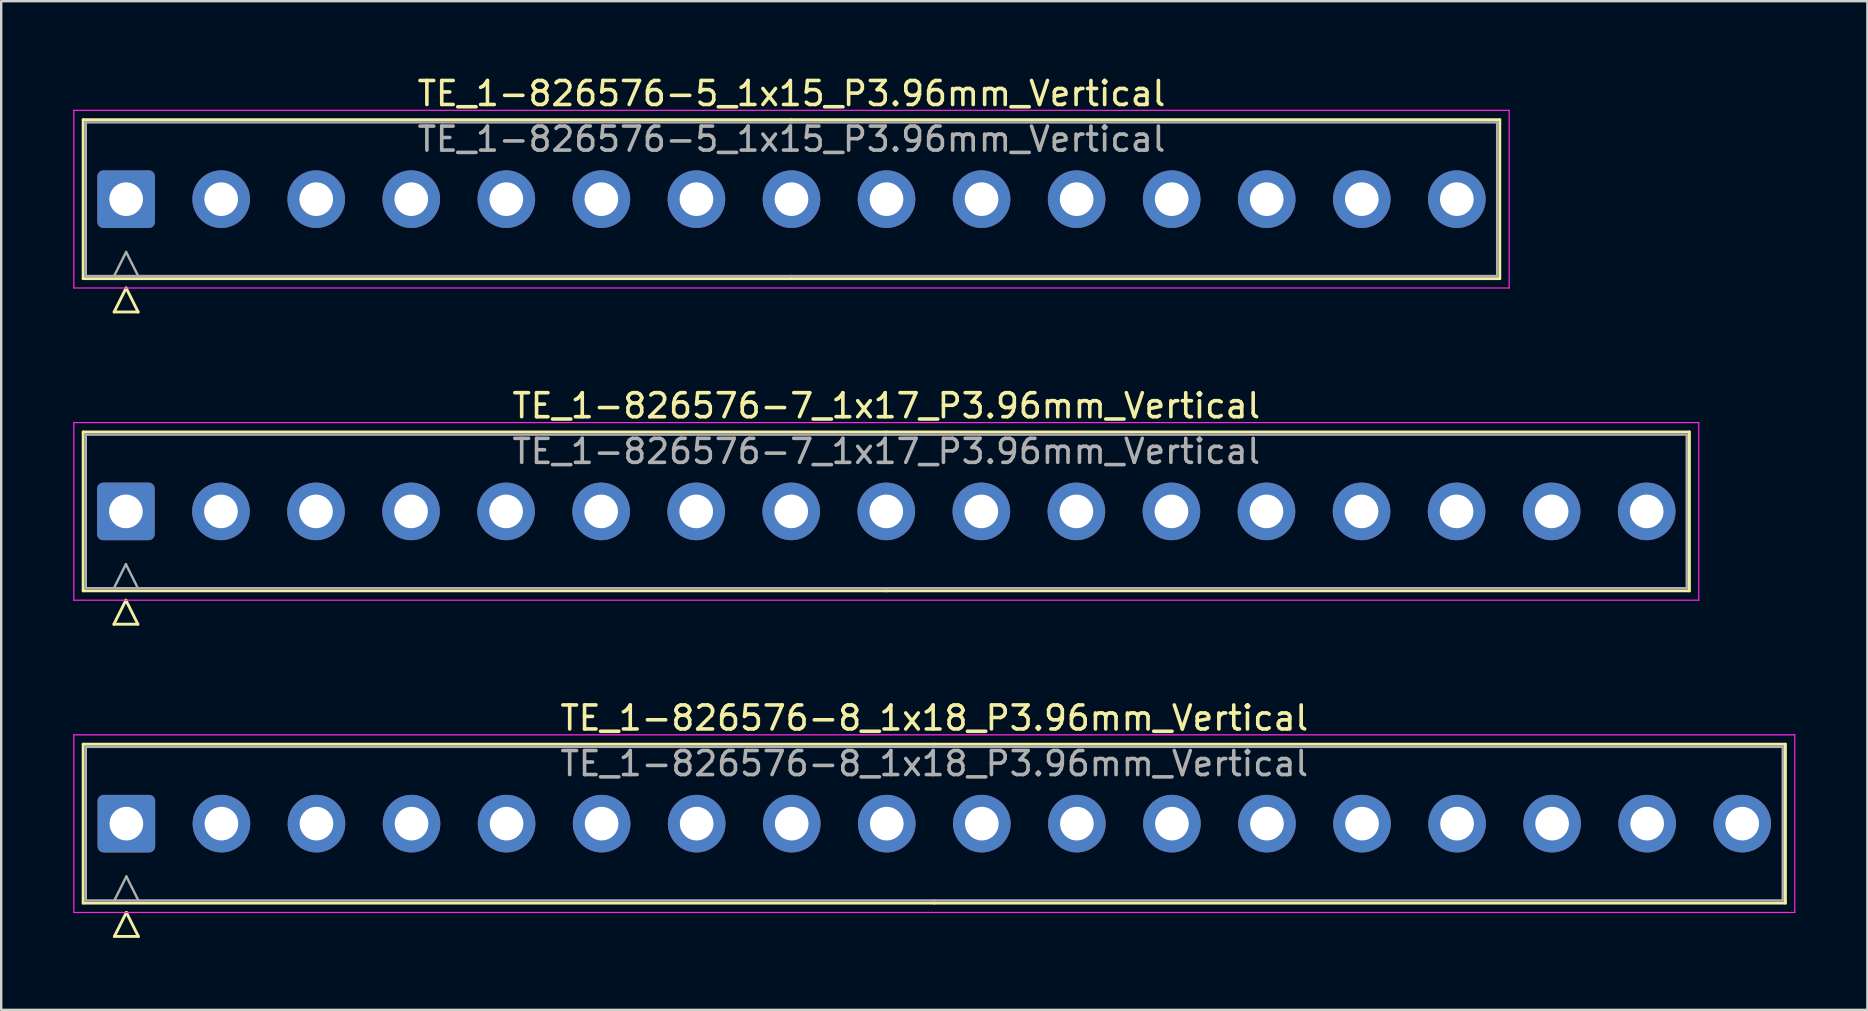
<source format=kicad_pcb>
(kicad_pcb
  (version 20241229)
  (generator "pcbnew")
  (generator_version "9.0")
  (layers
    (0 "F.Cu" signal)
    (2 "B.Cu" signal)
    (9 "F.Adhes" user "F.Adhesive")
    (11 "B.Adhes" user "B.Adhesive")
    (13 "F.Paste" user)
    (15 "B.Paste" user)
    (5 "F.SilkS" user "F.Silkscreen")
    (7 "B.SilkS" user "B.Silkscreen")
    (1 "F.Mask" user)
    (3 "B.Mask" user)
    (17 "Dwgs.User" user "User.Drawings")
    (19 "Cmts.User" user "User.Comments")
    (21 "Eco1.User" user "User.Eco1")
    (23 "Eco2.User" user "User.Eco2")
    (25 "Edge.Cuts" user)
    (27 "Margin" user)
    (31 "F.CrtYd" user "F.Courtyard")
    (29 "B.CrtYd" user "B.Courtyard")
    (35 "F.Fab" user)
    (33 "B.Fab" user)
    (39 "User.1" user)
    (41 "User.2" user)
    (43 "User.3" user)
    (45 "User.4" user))
  (footprint "TE_1-826576-5_1x15_P3.96mm_Vertical"
    (layer "F.Cu")
    (at 2.205 5.248)
    (property "Reference" "TE_1-826576-5_1x15_P3.96mm_Vertical" (at 27.72 -4.4 0) (layer "F.SilkS") (effects (font (size 1 1) (thickness 0.15))))
    (attr through_hole)
    (fp_line (start -1.79 -3.31) (end -1.79 3.31) (stroke (width 0.12) (type solid)) (layer "F.SilkS"))
    (fp_line (start -1.79 3.31) (end 27.72 3.31) (stroke (width 0.12) (type solid)) (layer "F.SilkS"))
    (fp_line (start -0.5 4.7) (end 0 3.7) (stroke (width 0.12) (type solid)) (layer "F.SilkS"))
    (fp_line (start 0 3.7) (end 0.5 4.7) (stroke (width 0.12) (type solid)) (layer "F.SilkS"))
    (fp_line (start 0.5 4.7) (end -0.5 4.7) (stroke (width 0.12) (type solid)) (layer "F.SilkS"))
    (fp_line (start 27.72 -3.31) (end -1.79 -3.31) (stroke (width 0.12) (type solid)) (layer "F.SilkS"))
    (fp_line (start 27.72 -3.31) (end 57.23 -3.31) (stroke (width 0.12) (type solid)) (layer "F.SilkS"))
    (fp_line (start 57.23 -3.31) (end 57.23 3.31) (stroke (width 0.12) (type solid)) (layer "F.SilkS"))
    (fp_line (start 57.23 3.31) (end 27.72 3.31) (stroke (width 0.12) (type solid)) (layer "F.SilkS"))
    (fp_line (start -2.18 -3.7) (end -2.18 3.7) (stroke (width 0.05) (type solid)) (layer "F.CrtYd"))
    (fp_line (start -2.18 3.7) (end 57.62 3.7) (stroke (width 0.05) (type solid)) (layer "F.CrtYd"))
    (fp_line (start 57.62 -3.7) (end -2.18 -3.7) (stroke (width 0.05) (type solid)) (layer "F.CrtYd"))
    (fp_line (start 57.62 3.7) (end 57.62 -3.7) (stroke (width 0.05) (type solid)) (layer "F.CrtYd"))
    (fp_line (start -1.68 -3.2) (end -1.68 3.2) (stroke (width 0.1) (type solid)) (layer "F.Fab"))
    (fp_line (start -1.68 3.2) (end 27.72 3.2) (stroke (width 0.1) (type solid)) (layer "F.Fab"))
    (fp_line (start -0.5 3.2) (end 0 2.2) (stroke (width 0.1) (type solid)) (layer "F.Fab"))
    (fp_line (start 0 2.2) (end 0.5 3.2) (stroke (width 0.1) (type solid)) (layer "F.Fab"))
    (fp_line (start 27.72 -3.2) (end -1.68 -3.2) (stroke (width 0.1) (type solid)) (layer "F.Fab"))
    (fp_line (start 27.72 -3.2) (end 57.12 -3.2) (stroke (width 0.1) (type solid)) (layer "F.Fab"))
    (fp_line (start 57.12 -3.2) (end 57.12 3.2) (stroke (width 0.1) (type solid)) (layer "F.Fab"))
    (fp_line (start 57.12 3.2) (end 27.72 3.2) (stroke (width 0.1) (type solid)) (layer "F.Fab"))
    (fp_text user "${REFERENCE}" (at 27.72 -2.5 0) (layer "F.Fab") (effects (font (size 1 1) (thickness 0.15))))
    (pad "1" thru_hole roundrect (at 0 0) (size 2.4 2.4) (drill 1.4) (layers "*.Cu" "*.Mask") (roundrect_rratio 0.104))
    (pad "2" thru_hole circle (at 3.96 0) (size 2.4 2.4) (drill 1.4) (layers "*.Cu" "*.Mask"))
    (pad "3" thru_hole circle (at 7.92 0) (size 2.4 2.4) (drill 1.4) (layers "*.Cu" "*.Mask"))
    (pad "4" thru_hole circle (at 11.88 0) (size 2.4 2.4) (drill 1.4) (layers "*.Cu" "*.Mask"))
    (pad "5" thru_hole circle (at 15.84 0) (size 2.4 2.4) (drill 1.4) (layers "*.Cu" "*.Mask"))
    (pad "6" thru_hole circle (at 19.8 0) (size 2.4 2.4) (drill 1.4) (layers "*.Cu" "*.Mask"))
    (pad "7" thru_hole circle (at 23.76 0) (size 2.4 2.4) (drill 1.4) (layers "*.Cu" "*.Mask"))
    (pad "8" thru_hole circle (at 27.72 0) (size 2.4 2.4) (drill 1.4) (layers "*.Cu" "*.Mask"))
    (pad "9" thru_hole circle (at 31.68 0) (size 2.4 2.4) (drill 1.4) (layers "*.Cu" "*.Mask"))
    (pad "10" thru_hole circle (at 35.64 0) (size 2.4 2.4) (drill 1.4) (layers "*.Cu" "*.Mask"))
    (pad "11" thru_hole circle (at 39.6 0) (size 2.4 2.4) (drill 1.4) (layers "*.Cu" "*.Mask"))
    (pad "12" thru_hole circle (at 43.56 0) (size 2.4 2.4) (drill 1.4) (layers "*.Cu" "*.Mask"))
    (pad "13" thru_hole circle (at 47.52 0) (size 2.4 2.4) (drill 1.4) (layers "*.Cu" "*.Mask"))
    (pad "14" thru_hole circle (at 51.48 0) (size 2.4 2.4) (drill 1.4) (layers "*.Cu" "*.Mask"))
    (pad "15" thru_hole circle (at 55.44 0) (size 2.4 2.4) (drill 1.4) (layers "*.Cu" "*.Mask")))
  (footprint "TE_1-826576-7_1x17_P3.96mm_Vertical"
    (layer "F.Cu")
    (at 2.195 18.256)
    (property "Reference" "TE_1-826576-7_1x17_P3.96mm_Vertical" (at 31.68 -4.4 0) (layer "F.SilkS") (effects (font (size 1 1) (thickness 0.15))))
    (attr through_hole)
    (fp_line (start -1.78 -3.31) (end -1.78 3.31) (stroke (width 0.12) (type solid)) (layer "F.SilkS"))
    (fp_line (start -1.78 3.31) (end 31.68 3.31) (stroke (width 0.12) (type solid)) (layer "F.SilkS"))
    (fp_line (start -0.5 4.7) (end 0 3.7) (stroke (width 0.12) (type solid)) (layer "F.SilkS"))
    (fp_line (start 0 3.7) (end 0.5 4.7) (stroke (width 0.12) (type solid)) (layer "F.SilkS"))
    (fp_line (start 0.5 4.7) (end -0.5 4.7) (stroke (width 0.12) (type solid)) (layer "F.SilkS"))
    (fp_line (start 31.68 -3.31) (end -1.78 -3.31) (stroke (width 0.12) (type solid)) (layer "F.SilkS"))
    (fp_line (start 31.68 -3.31) (end 65.14 -3.31) (stroke (width 0.12) (type solid)) (layer "F.SilkS"))
    (fp_line (start 65.14 -3.31) (end 65.14 3.31) (stroke (width 0.12) (type solid)) (layer "F.SilkS"))
    (fp_line (start 65.14 3.31) (end 31.68 3.31) (stroke (width 0.12) (type solid)) (layer "F.SilkS"))
    (fp_line (start -2.17 -3.7) (end -2.17 3.7) (stroke (width 0.05) (type solid)) (layer "F.CrtYd"))
    (fp_line (start -2.17 3.7) (end 65.53 3.7) (stroke (width 0.05) (type solid)) (layer "F.CrtYd"))
    (fp_line (start 65.53 -3.7) (end -2.17 -3.7) (stroke (width 0.05) (type solid)) (layer "F.CrtYd"))
    (fp_line (start 65.53 3.7) (end 65.53 -3.7) (stroke (width 0.05) (type solid)) (layer "F.CrtYd"))
    (fp_line (start -1.67 -3.2) (end -1.67 3.2) (stroke (width 0.1) (type solid)) (layer "F.Fab"))
    (fp_line (start -1.67 3.2) (end 31.68 3.2) (stroke (width 0.1) (type solid)) (layer "F.Fab"))
    (fp_line (start -0.5 3.2) (end 0 2.2) (stroke (width 0.1) (type solid)) (layer "F.Fab"))
    (fp_line (start 0 2.2) (end 0.5 3.2) (stroke (width 0.1) (type solid)) (layer "F.Fab"))
    (fp_line (start 31.68 -3.2) (end -1.67 -3.2) (stroke (width 0.1) (type solid)) (layer "F.Fab"))
    (fp_line (start 31.68 -3.2) (end 65.03 -3.2) (stroke (width 0.1) (type solid)) (layer "F.Fab"))
    (fp_line (start 65.03 -3.2) (end 65.03 3.2) (stroke (width 0.1) (type solid)) (layer "F.Fab"))
    (fp_line (start 65.03 3.2) (end 31.68 3.2) (stroke (width 0.1) (type solid)) (layer "F.Fab"))
    (fp_text user "${REFERENCE}" (at 31.68 -2.5 0) (layer "F.Fab") (effects (font (size 1 1) (thickness 0.15))))
    (pad "1" thru_hole roundrect (at 0 0) (size 2.4 2.4) (drill 1.4) (layers "*.Cu" "*.Mask") (roundrect_rratio 0.104))
    (pad "2" thru_hole circle (at 3.96 0) (size 2.4 2.4) (drill 1.4) (layers "*.Cu" "*.Mask"))
    (pad "3" thru_hole circle (at 7.92 0) (size 2.4 2.4) (drill 1.4) (layers "*.Cu" "*.Mask"))
    (pad "4" thru_hole circle (at 11.88 0) (size 2.4 2.4) (drill 1.4) (layers "*.Cu" "*.Mask"))
    (pad "5" thru_hole circle (at 15.84 0) (size 2.4 2.4) (drill 1.4) (layers "*.Cu" "*.Mask"))
    (pad "6" thru_hole circle (at 19.8 0) (size 2.4 2.4) (drill 1.4) (layers "*.Cu" "*.Mask"))
    (pad "7" thru_hole circle (at 23.76 0) (size 2.4 2.4) (drill 1.4) (layers "*.Cu" "*.Mask"))
    (pad "8" thru_hole circle (at 27.72 0) (size 2.4 2.4) (drill 1.4) (layers "*.Cu" "*.Mask"))
    (pad "9" thru_hole circle (at 31.68 0) (size 2.4 2.4) (drill 1.4) (layers "*.Cu" "*.Mask"))
    (pad "10" thru_hole circle (at 35.64 0) (size 2.4 2.4) (drill 1.4) (layers "*.Cu" "*.Mask"))
    (pad "11" thru_hole circle (at 39.6 0) (size 2.4 2.4) (drill 1.4) (layers "*.Cu" "*.Mask"))
    (pad "12" thru_hole circle (at 43.56 0) (size 2.4 2.4) (drill 1.4) (layers "*.Cu" "*.Mask"))
    (pad "13" thru_hole circle (at 47.52 0) (size 2.4 2.4) (drill 1.4) (layers "*.Cu" "*.Mask"))
    (pad "14" thru_hole circle (at 51.48 0) (size 2.4 2.4) (drill 1.4) (layers "*.Cu" "*.Mask"))
    (pad "15" thru_hole circle (at 55.44 0) (size 2.4 2.4) (drill 1.4) (layers "*.Cu" "*.Mask"))
    (pad "16" thru_hole circle (at 59.4 0) (size 2.4 2.4) (drill 1.4) (layers "*.Cu" "*.Mask"))
    (pad "17" thru_hole circle (at 63.36 0) (size 2.4 2.4) (drill 1.4) (layers "*.Cu" "*.Mask")))
  (footprint "TE_1-826576-8_1x18_P3.96mm_Vertical"
    (layer "F.Cu")
    (at 2.215 31.265)
    (property "Reference" "TE_1-826576-8_1x18_P3.96mm_Vertical" (at 33.66 -4.4 0) (layer "F.SilkS") (effects (font (size 1 1) (thickness 0.15))))
    (attr through_hole)
    (fp_line (start -1.8 -3.31) (end -1.8 3.31) (stroke (width 0.12) (type solid)) (layer "F.SilkS"))
    (fp_line (start -1.8 3.31) (end 33.66 3.31) (stroke (width 0.12) (type solid)) (layer "F.SilkS"))
    (fp_line (start -0.5 4.7) (end 0 3.7) (stroke (width 0.12) (type solid)) (layer "F.SilkS"))
    (fp_line (start 0 3.7) (end 0.5 4.7) (stroke (width 0.12) (type solid)) (layer "F.SilkS"))
    (fp_line (start 0.5 4.7) (end -0.5 4.7) (stroke (width 0.12) (type solid)) (layer "F.SilkS"))
    (fp_line (start 33.66 -3.31) (end -1.8 -3.31) (stroke (width 0.12) (type solid)) (layer "F.SilkS"))
    (fp_line (start 33.66 -3.31) (end 69.12 -3.31) (stroke (width 0.12) (type solid)) (layer "F.SilkS"))
    (fp_line (start 69.12 -3.31) (end 69.12 3.31) (stroke (width 0.12) (type solid)) (layer "F.SilkS"))
    (fp_line (start 69.12 3.31) (end 33.66 3.31) (stroke (width 0.12) (type solid)) (layer "F.SilkS"))
    (fp_line (start -2.19 -3.7) (end -2.19 3.7) (stroke (width 0.05) (type solid)) (layer "F.CrtYd"))
    (fp_line (start -2.19 3.7) (end 69.51 3.7) (stroke (width 0.05) (type solid)) (layer "F.CrtYd"))
    (fp_line (start 69.51 -3.7) (end -2.19 -3.7) (stroke (width 0.05) (type solid)) (layer "F.CrtYd"))
    (fp_line (start 69.51 3.7) (end 69.51 -3.7) (stroke (width 0.05) (type solid)) (layer "F.CrtYd"))
    (fp_line (start -1.69 -3.2) (end -1.69 3.2) (stroke (width 0.1) (type solid)) (layer "F.Fab"))
    (fp_line (start -1.69 3.2) (end 33.66 3.2) (stroke (width 0.1) (type solid)) (layer "F.Fab"))
    (fp_line (start -0.5 3.2) (end 0 2.2) (stroke (width 0.1) (type solid)) (layer "F.Fab"))
    (fp_line (start 0 2.2) (end 0.5 3.2) (stroke (width 0.1) (type solid)) (layer "F.Fab"))
    (fp_line (start 33.66 -3.2) (end -1.69 -3.2) (stroke (width 0.1) (type solid)) (layer "F.Fab"))
    (fp_line (start 33.66 -3.2) (end 69.01 -3.2) (stroke (width 0.1) (type solid)) (layer "F.Fab"))
    (fp_line (start 69.01 -3.2) (end 69.01 3.2) (stroke (width 0.1) (type solid)) (layer "F.Fab"))
    (fp_line (start 69.01 3.2) (end 33.66 3.2) (stroke (width 0.1) (type solid)) (layer "F.Fab"))
    (fp_text user "${REFERENCE}" (at 33.66 -2.5 0) (layer "F.Fab") (effects (font (size 1 1) (thickness 0.15))))
    (pad "1" thru_hole roundrect (at 0 0) (size 2.4 2.4) (drill 1.4) (layers "*.Cu" "*.Mask") (roundrect_rratio 0.104))
    (pad "2" thru_hole circle (at 3.96 0) (size 2.4 2.4) (drill 1.4) (layers "*.Cu" "*.Mask"))
    (pad "3" thru_hole circle (at 7.92 0) (size 2.4 2.4) (drill 1.4) (layers "*.Cu" "*.Mask"))
    (pad "4" thru_hole circle (at 11.88 0) (size 2.4 2.4) (drill 1.4) (layers "*.Cu" "*.Mask"))
    (pad "5" thru_hole circle (at 15.84 0) (size 2.4 2.4) (drill 1.4) (layers "*.Cu" "*.Mask"))
    (pad "6" thru_hole circle (at 19.8 0) (size 2.4 2.4) (drill 1.4) (layers "*.Cu" "*.Mask"))
    (pad "7" thru_hole circle (at 23.76 0) (size 2.4 2.4) (drill 1.4) (layers "*.Cu" "*.Mask"))
    (pad "8" thru_hole circle (at 27.72 0) (size 2.4 2.4) (drill 1.4) (layers "*.Cu" "*.Mask"))
    (pad "9" thru_hole circle (at 31.68 0) (size 2.4 2.4) (drill 1.4) (layers "*.Cu" "*.Mask"))
    (pad "10" thru_hole circle (at 35.64 0) (size 2.4 2.4) (drill 1.4) (layers "*.Cu" "*.Mask"))
    (pad "11" thru_hole circle (at 39.6 0) (size 2.4 2.4) (drill 1.4) (layers "*.Cu" "*.Mask"))
    (pad "12" thru_hole circle (at 43.56 0) (size 2.4 2.4) (drill 1.4) (layers "*.Cu" "*.Mask"))
    (pad "13" thru_hole circle (at 47.52 0) (size 2.4 2.4) (drill 1.4) (layers "*.Cu" "*.Mask"))
    (pad "14" thru_hole circle (at 51.48 0) (size 2.4 2.4) (drill 1.4) (layers "*.Cu" "*.Mask"))
    (pad "15" thru_hole circle (at 55.44 0) (size 2.4 2.4) (drill 1.4) (layers "*.Cu" "*.Mask"))
    (pad "16" thru_hole circle (at 59.4 0) (size 2.4 2.4) (drill 1.4) (layers "*.Cu" "*.Mask"))
    (pad "17" thru_hole circle (at 63.36 0) (size 2.4 2.4) (drill 1.4) (layers "*.Cu" "*.Mask"))
    (pad "18" thru_hole circle (at 67.32 0) (size 2.4 2.4) (drill 1.4) (layers "*.Cu" "*.Mask")))
  (gr_rect
    (start -3 -3)
    (end 74.75 39.025)
    (stroke (width 0.1) (type default))
    (fill no)
    (layer "Edge.Cuts")))
</source>
